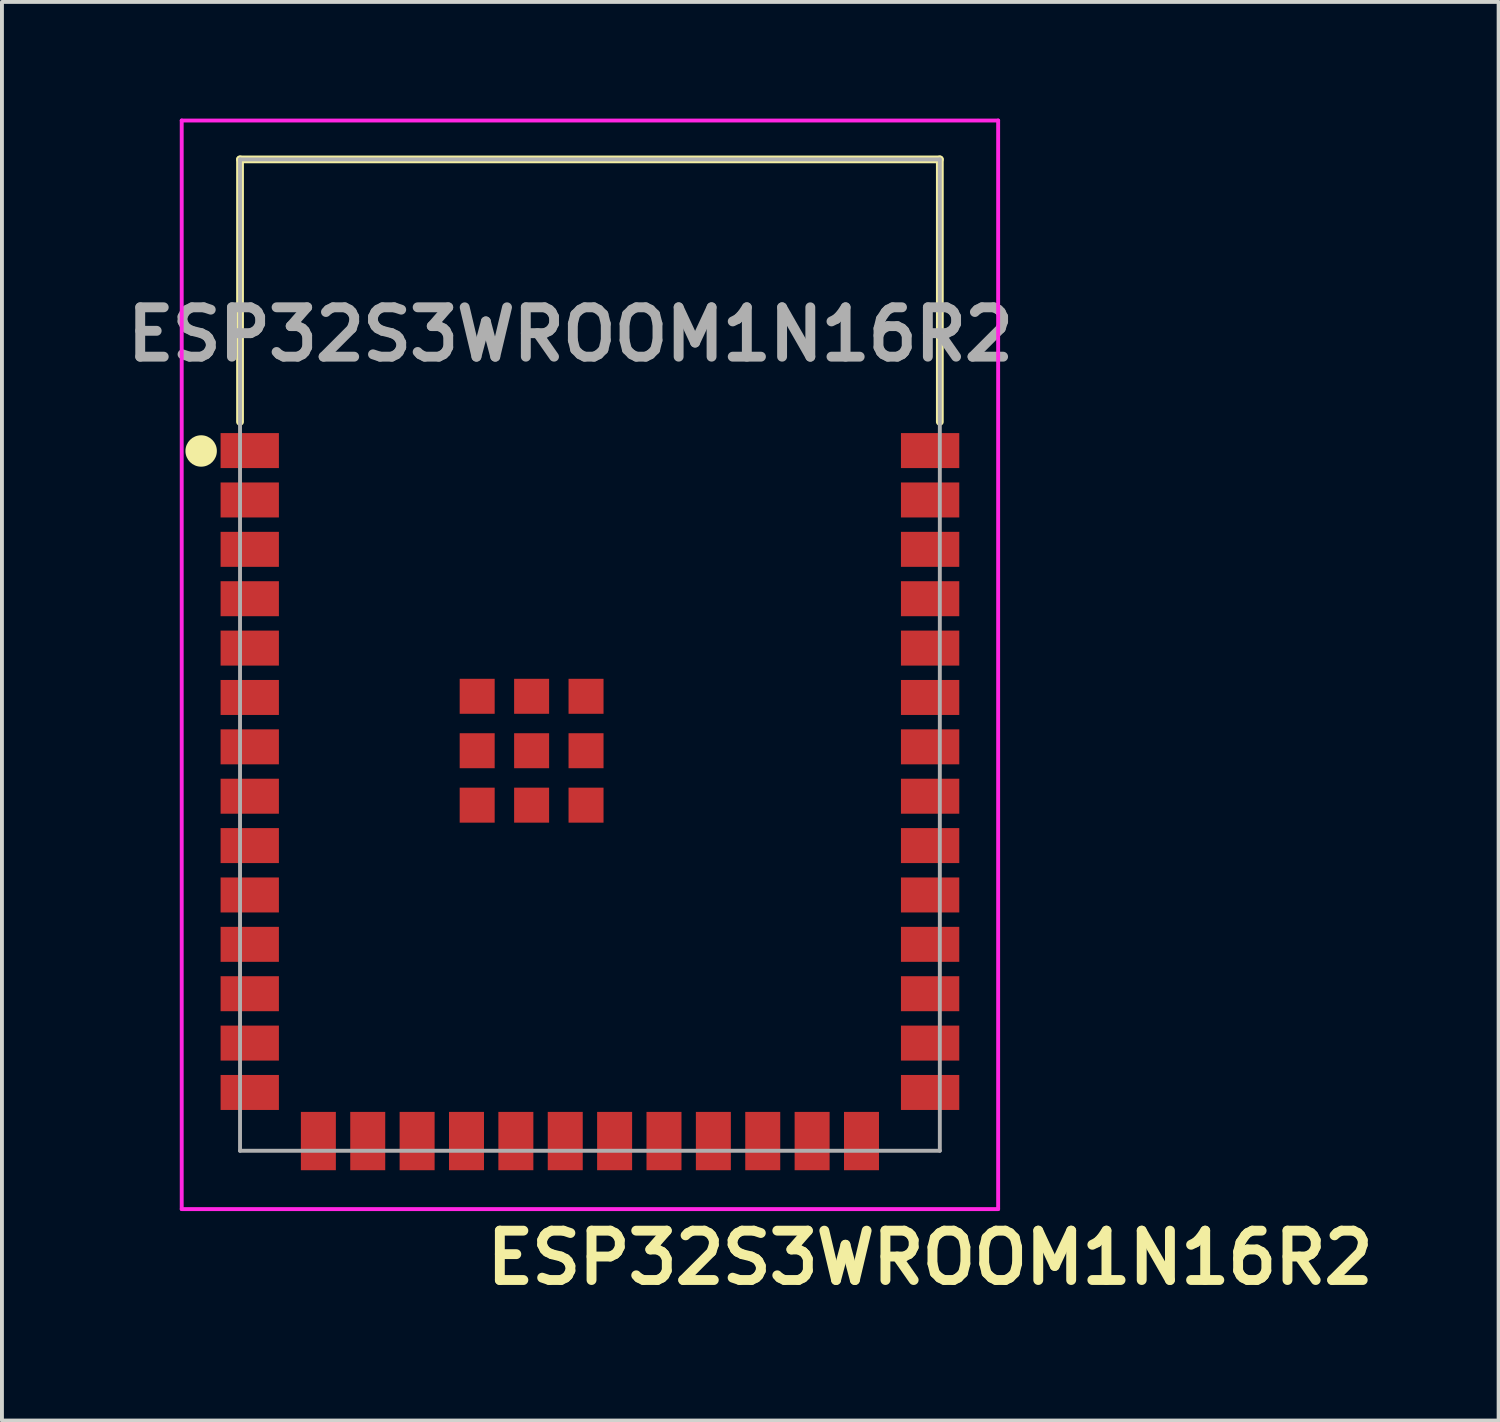
<source format=kicad_pcb>
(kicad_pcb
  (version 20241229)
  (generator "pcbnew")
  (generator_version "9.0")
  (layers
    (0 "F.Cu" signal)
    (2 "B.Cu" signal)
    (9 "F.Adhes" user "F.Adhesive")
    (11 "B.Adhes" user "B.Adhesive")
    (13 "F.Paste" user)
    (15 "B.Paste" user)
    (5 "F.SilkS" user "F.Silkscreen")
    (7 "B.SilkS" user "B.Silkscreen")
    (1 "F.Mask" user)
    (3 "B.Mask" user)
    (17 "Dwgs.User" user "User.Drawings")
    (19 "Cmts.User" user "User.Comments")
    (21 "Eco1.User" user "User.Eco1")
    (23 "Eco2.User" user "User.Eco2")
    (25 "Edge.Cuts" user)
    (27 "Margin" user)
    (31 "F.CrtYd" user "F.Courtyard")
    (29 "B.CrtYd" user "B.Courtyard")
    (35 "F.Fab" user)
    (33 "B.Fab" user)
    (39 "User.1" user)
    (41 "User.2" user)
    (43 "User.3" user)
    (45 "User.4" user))
  (footprint "ESP32S3WROOM1N16R2"
    (layer "F.Cu")
    (at 12.124 13.8)
    (property "Reference" "ESP32S3WROOM1N16R2" (at 8.75 15.5 0) (layer "F.SilkS") (effects (font (size 1.27 1.27) (thickness 0.254))))
    (attr smd)
    (fp_line (start -9 -12.75) (end 9 -12.75) (stroke (width 0.2) (type solid)) (layer "F.SilkS"))
    (fp_line (start -9 -6) (end -9 -12.75) (stroke (width 0.2) (type solid)) (layer "F.SilkS"))
    (fp_line (start 9 -12.75) (end 9 -6) (stroke (width 0.2) (type solid)) (layer "F.SilkS"))
    (fp_circle (center -10 -5.25) (end -9.646 -5.25) (stroke (width 0.1) (type solid)) (fill yes) (layer "F.SilkS"))
    (fp_line (start -10.5 -13.75) (end 10.5 -13.75) (stroke (width 0.1) (type solid)) (layer "F.CrtYd"))
    (fp_line (start -10.5 14.25) (end -10.5 -13.75) (stroke (width 0.1) (type solid)) (layer "F.CrtYd"))
    (fp_line (start 10.5 -13.75) (end 10.5 14.25) (stroke (width 0.1) (type solid)) (layer "F.CrtYd"))
    (fp_line (start 10.5 14.25) (end -10.5 14.25) (stroke (width 0.1) (type solid)) (layer "F.CrtYd"))
    (fp_line (start -9 -12.75) (end 9 -12.75) (stroke (width 0.1) (type solid)) (layer "F.Fab"))
    (fp_line (start -9 12.75) (end -9 -12.75) (stroke (width 0.1) (type solid)) (layer "F.Fab"))
    (fp_line (start 9 -12.75) (end 9 12.75) (stroke (width 0.1) (type solid)) (layer "F.Fab"))
    (fp_line (start 9 12.75) (end -9 12.75) (stroke (width 0.1) (type solid)) (layer "F.Fab"))
    (fp_text user "${REFERENCE}" (at -0.5 -8.25 0) (layer "F.Fab") (effects (font (size 1.27 1.27) (thickness 0.254))))
    (pad "1" smd rect (at -8.75 -5.26 90) (size 0.9 1.5) (layers "F.Cu" "F.Mask" "F.Paste"))
    (pad "2" smd rect (at -8.75 -3.99 90) (size 0.9 1.5) (layers "F.Cu" "F.Mask" "F.Paste"))
    (pad "3" smd rect (at -8.75 -2.72 90) (size 0.9 1.5) (layers "F.Cu" "F.Mask" "F.Paste"))
    (pad "4" smd rect (at -8.75 -1.45 90) (size 0.9 1.5) (layers "F.Cu" "F.Mask" "F.Paste"))
    (pad "5" smd rect (at -8.75 -0.18 90) (size 0.9 1.5) (layers "F.Cu" "F.Mask" "F.Paste"))
    (pad "6" smd rect (at -8.75 1.09 90) (size 0.9 1.5) (layers "F.Cu" "F.Mask" "F.Paste"))
    (pad "7" smd rect (at -8.75 2.36 90) (size 0.9 1.5) (layers "F.Cu" "F.Mask" "F.Paste"))
    (pad "8" smd rect (at -8.75 3.63 90) (size 0.9 1.5) (layers "F.Cu" "F.Mask" "F.Paste"))
    (pad "9" smd rect (at -8.75 4.9 90) (size 0.9 1.5) (layers "F.Cu" "F.Mask" "F.Paste"))
    (pad "10" smd rect (at -8.75 6.17 90) (size 0.9 1.5) (layers "F.Cu" "F.Mask" "F.Paste"))
    (pad "11" smd rect (at -8.75 7.44 90) (size 0.9 1.5) (layers "F.Cu" "F.Mask" "F.Paste"))
    (pad "12" smd rect (at -8.75 8.71 90) (size 0.9 1.5) (layers "F.Cu" "F.Mask" "F.Paste"))
    (pad "13" smd rect (at -8.75 9.98 90) (size 0.9 1.5) (layers "F.Cu" "F.Mask" "F.Paste"))
    (pad "14" smd rect (at -8.75 11.25 90) (size 0.9 1.5) (layers "F.Cu" "F.Mask" "F.Paste"))
    (pad "15" smd rect (at -6.985 12.5) (size 0.9 1.5) (layers "F.Cu" "F.Mask" "F.Paste"))
    (pad "16" smd rect (at -5.715 12.5) (size 0.9 1.5) (layers "F.Cu" "F.Mask" "F.Paste"))
    (pad "17" smd rect (at -4.445 12.5) (size 0.9 1.5) (layers "F.Cu" "F.Mask" "F.Paste"))
    (pad "18" smd rect (at -3.175 12.5) (size 0.9 1.5) (layers "F.Cu" "F.Mask" "F.Paste"))
    (pad "19" smd rect (at -1.905 12.5) (size 0.9 1.5) (layers "F.Cu" "F.Mask" "F.Paste"))
    (pad "20" smd rect (at -0.635 12.5) (size 0.9 1.5) (layers "F.Cu" "F.Mask" "F.Paste"))
    (pad "21" smd rect (at 0.635 12.5) (size 0.9 1.5) (layers "F.Cu" "F.Mask" "F.Paste"))
    (pad "22" smd rect (at 1.905 12.5) (size 0.9 1.5) (layers "F.Cu" "F.Mask" "F.Paste"))
    (pad "23" smd rect (at 3.175 12.5) (size 0.9 1.5) (layers "F.Cu" "F.Mask" "F.Paste"))
    (pad "24" smd rect (at 4.445 12.5) (size 0.9 1.5) (layers "F.Cu" "F.Mask" "F.Paste"))
    (pad "25" smd rect (at 5.715 12.5) (size 0.9 1.5) (layers "F.Cu" "F.Mask" "F.Paste"))
    (pad "26" smd rect (at 6.985 12.5) (size 0.9 1.5) (layers "F.Cu" "F.Mask" "F.Paste"))
    (pad "27" smd rect (at 8.75 11.25 90) (size 0.9 1.5) (layers "F.Cu" "F.Mask" "F.Paste"))
    (pad "28" smd rect (at 8.75 9.98 90) (size 0.9 1.5) (layers "F.Cu" "F.Mask" "F.Paste"))
    (pad "29" smd rect (at 8.75 8.71 90) (size 0.9 1.5) (layers "F.Cu" "F.Mask" "F.Paste"))
    (pad "30" smd rect (at 8.75 7.44 90) (size 0.9 1.5) (layers "F.Cu" "F.Mask" "F.Paste"))
    (pad "31" smd rect (at 8.75 6.17 90) (size 0.9 1.5) (layers "F.Cu" "F.Mask" "F.Paste"))
    (pad "32" smd rect (at 8.75 4.9 90) (size 0.9 1.5) (layers "F.Cu" "F.Mask" "F.Paste"))
    (pad "33" smd rect (at 8.75 3.63 90) (size 0.9 1.5) (layers "F.Cu" "F.Mask" "F.Paste"))
    (pad "34" smd rect (at 8.75 2.36 90) (size 0.9 1.5) (layers "F.Cu" "F.Mask" "F.Paste"))
    (pad "35" smd rect (at 8.75 1.09 90) (size 0.9 1.5) (layers "F.Cu" "F.Mask" "F.Paste"))
    (pad "36" smd rect (at 8.75 -0.18 90) (size 0.9 1.5) (layers "F.Cu" "F.Mask" "F.Paste"))
    (pad "37" smd rect (at 8.75 -1.45 90) (size 0.9 1.5) (layers "F.Cu" "F.Mask" "F.Paste"))
    (pad "38" smd rect (at 8.75 -2.72 90) (size 0.9 1.5) (layers "F.Cu" "F.Mask" "F.Paste"))
    (pad "39" smd rect (at 8.75 -3.99 90) (size 0.9 1.5) (layers "F.Cu" "F.Mask" "F.Paste"))
    (pad "40" smd rect (at 8.75 -5.26 90) (size 0.9 1.5) (layers "F.Cu" "F.Mask" "F.Paste"))
    (pad "41" smd rect (at -1.5 2.46) (size 0.9 0.9) (layers "F.Cu" "F.Mask" "F.Paste"))
    (pad "42" smd rect (at -2.9 1.06) (size 0.9 0.9) (layers "F.Cu" "F.Mask" "F.Paste"))
    (pad "43" smd rect (at -2.9 2.46) (size 0.9 0.9) (layers "F.Cu" "F.Mask" "F.Paste"))
    (pad "44" smd rect (at -2.9 3.86) (size 0.9 0.9) (layers "F.Cu" "F.Mask" "F.Paste"))
    (pad "45" smd rect (at -1.5 3.86) (size 0.9 0.9) (layers "F.Cu" "F.Mask" "F.Paste"))
    (pad "46" smd rect (at -0.1 3.86) (size 0.9 0.9) (layers "F.Cu" "F.Mask" "F.Paste"))
    (pad "47" smd rect (at -0.1 2.46) (size 0.9 0.9) (layers "F.Cu" "F.Mask" "F.Paste"))
    (pad "48" smd rect (at -0.1 1.06) (size 0.9 0.9) (layers "F.Cu" "F.Mask" "F.Paste"))
    (pad "49" smd rect (at -1.5 1.06) (size 0.9 0.9) (layers "F.Cu" "F.Mask" "F.Paste"))
    (zone (net_name "") (layers "F.Cu" "B.Cu") (name "KeepOut") (hatch full 0.5) (connect_pads) (min_thickness 0.25) (filled_areas_thickness no) (keepout (tracks not_allowed) (vias not_allowed) (pads not_allowed) (copperpour not_allowed) (footprints not_allowed)) (placement (enabled no)) (fill) (polygon (pts (xy 1.624 7.8) (xy 22.624 7.8) (xy 22.624 0.05) (xy 1.624 0.05)))))
  (gr_rect
    (start -3 -3)
    (end 35.497 33.489)
    (stroke (width 0.1) (type default))
    (fill no)
    (layer "Edge.Cuts")))
</source>
